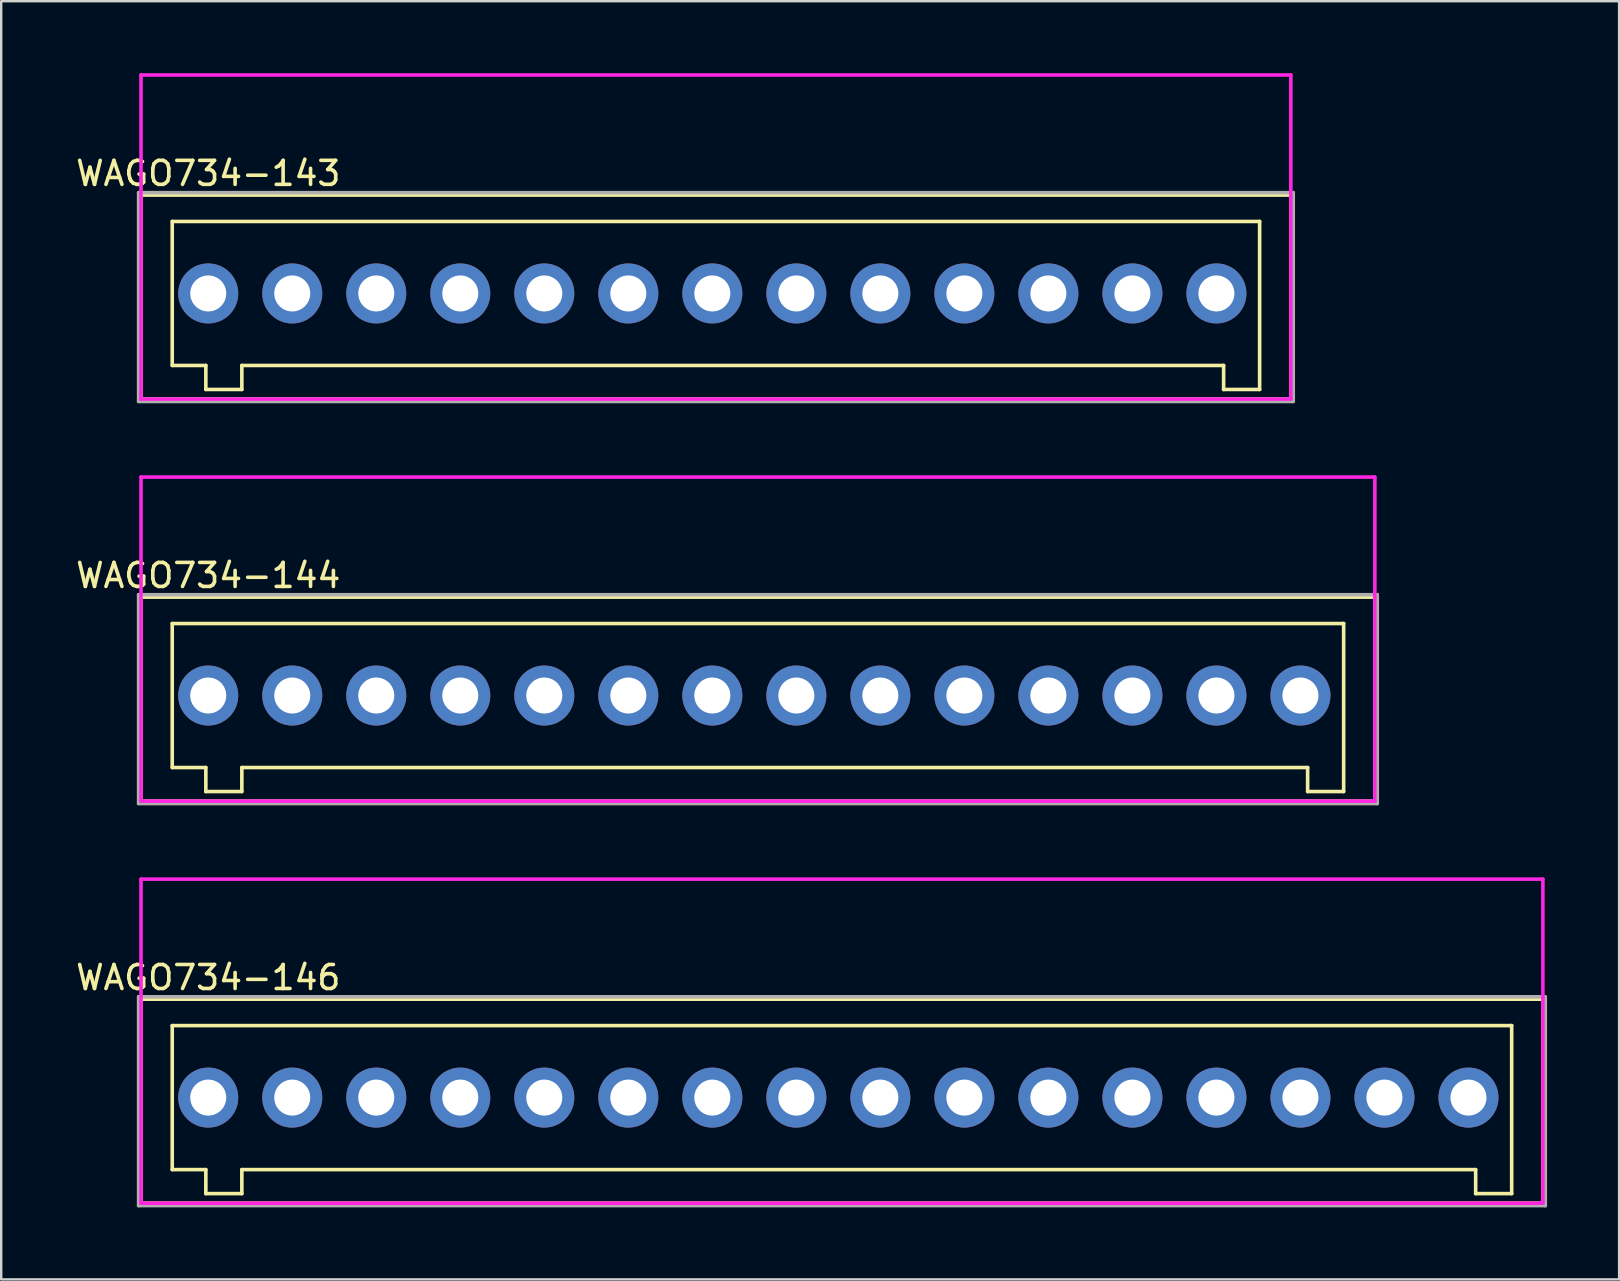
<source format=kicad_pcb>
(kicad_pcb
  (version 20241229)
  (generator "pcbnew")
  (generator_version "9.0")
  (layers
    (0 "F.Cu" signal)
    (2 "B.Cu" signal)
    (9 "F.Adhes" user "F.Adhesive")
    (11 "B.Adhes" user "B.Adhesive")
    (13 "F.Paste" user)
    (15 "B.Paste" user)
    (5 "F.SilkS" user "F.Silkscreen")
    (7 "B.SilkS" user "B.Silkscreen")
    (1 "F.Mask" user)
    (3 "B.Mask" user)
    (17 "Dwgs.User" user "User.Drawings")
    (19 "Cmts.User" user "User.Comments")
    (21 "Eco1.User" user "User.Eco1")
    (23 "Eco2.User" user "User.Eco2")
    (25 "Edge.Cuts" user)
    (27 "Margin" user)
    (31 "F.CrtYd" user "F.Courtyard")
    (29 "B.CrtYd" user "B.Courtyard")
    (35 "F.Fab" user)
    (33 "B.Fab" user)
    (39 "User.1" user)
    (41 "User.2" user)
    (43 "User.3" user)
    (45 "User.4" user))
  (footprint "WAGO734-144"
    (layer "F.Cu")
    (at 5.625 25.925)
    (property "Reference" "WAGO734-144" (at 0 -5 0) (layer "F.SilkS") (effects (font (size 1 1) (thickness 0.15))))
    (attr through_hole)
    (fp_line (start -2.8 4.4) (end -2.8 -4.1) (stroke (width 0.15) (type solid)) (layer "F.SilkS"))
    (fp_line (start -1.5 -3) (end -1.5 3) (stroke (width 0.15) (type solid)) (layer "F.SilkS"))
    (fp_line (start -1.5 3) (end -0.1 3) (stroke (width 0.15) (type solid)) (layer "F.SilkS"))
    (fp_line (start -0.1 3) (end -0.1 4) (stroke (width 0.15) (type solid)) (layer "F.SilkS"))
    (fp_line (start -0.1 4) (end 1.4 4) (stroke (width 0.15) (type solid)) (layer "F.SilkS"))
    (fp_line (start 1.4 3) (end 45.8 3) (stroke (width 0.15) (type solid)) (layer "F.SilkS"))
    (fp_line (start 1.4 4) (end 1.4 3) (stroke (width 0.15) (type solid)) (layer "F.SilkS"))
    (fp_line (start 45.8 3) (end 45.8 4) (stroke (width 0.15) (type solid)) (layer "F.SilkS"))
    (fp_line (start 45.8 4) (end 47.3 4) (stroke (width 0.15) (type solid)) (layer "F.SilkS"))
    (fp_line (start 47.3 -3) (end -1.5 -3) (stroke (width 0.15) (type solid)) (layer "F.SilkS"))
    (fp_line (start 47.3 4) (end 47.3 -3) (stroke (width 0.15) (type solid)) (layer "F.SilkS"))
    (fp_line (start 48.6 -4.1) (end -2.8 -4.1) (stroke (width 0.15) (type solid)) (layer "F.SilkS"))
    (fp_line (start 48.6 4.4) (end -2.8 4.4) (stroke (width 0.15) (type solid)) (layer "F.SilkS"))
    (fp_line (start 48.6 4.4) (end 48.6 -4.1) (stroke (width 0.15) (type solid)) (layer "F.SilkS"))
    (fp_line (start -2.8 -9.1) (end -2.8 4.4) (stroke (width 0.15) (type solid)) (layer "F.CrtYd"))
    (fp_line (start -2.8 4.4) (end 48.6 4.4) (stroke (width 0.15) (type solid)) (layer "F.CrtYd"))
    (fp_line (start 48.6 -9.1) (end -2.8 -9.1) (stroke (width 0.15) (type solid)) (layer "F.CrtYd"))
    (fp_line (start 48.6 4.4) (end 48.6 -9.1) (stroke (width 0.15) (type solid)) (layer "F.CrtYd"))
    (fp_line (start -2.9 -4.2) (end -2.9 4.5) (stroke (width 0.15) (type solid)) (layer "F.Fab"))
    (fp_line (start -2.9 4.5) (end 48.7 4.5) (stroke (width 0.15) (type solid)) (layer "F.Fab"))
    (fp_line (start 48.7 -4.2) (end -2.9 -4.2) (stroke (width 0.15) (type solid)) (layer "F.Fab"))
    (fp_line (start 48.7 4.5) (end 48.7 -4.2) (stroke (width 0.15) (type solid)) (layer "F.Fab"))
    (pad "1" thru_hole circle (at 0 0) (size 2.5 2.5) (drill 1.5) (layers "*.Cu" "*.Mask"))
    (pad "2" thru_hole circle (at 3.5 0) (size 2.5 2.5) (drill 1.5) (layers "*.Cu" "*.Mask"))
    (pad "3" thru_hole circle (at 7 0) (size 2.5 2.5) (drill 1.5) (layers "*.Cu" "*.Mask"))
    (pad "4" thru_hole circle (at 10.5 0) (size 2.5 2.5) (drill 1.5) (layers "*.Cu" "*.Mask"))
    (pad "5" thru_hole circle (at 14 0) (size 2.5 2.5) (drill 1.5) (layers "*.Cu" "*.Mask"))
    (pad "6" thru_hole circle (at 17.5 0) (size 2.5 2.5) (drill 1.5) (layers "*.Cu" "*.Mask"))
    (pad "7" thru_hole circle (at 21 0) (size 2.5 2.5) (drill 1.5) (layers "*.Cu" "*.Mask"))
    (pad "8" thru_hole circle (at 24.5 0) (size 2.5 2.5) (drill 1.5) (layers "*.Cu" "*.Mask"))
    (pad "9" thru_hole circle (at 28 0) (size 2.5 2.5) (drill 1.5) (layers "*.Cu" "*.Mask"))
    (pad "10" thru_hole circle (at 31.5 0) (size 2.5 2.5) (drill 1.5) (layers "*.Cu" "*.Mask"))
    (pad "11" thru_hole circle (at 35 0) (size 2.5 2.5) (drill 1.5) (layers "*.Cu" "*.Mask"))
    (pad "12" thru_hole circle (at 38.5 0) (size 2.5 2.5) (drill 1.5) (layers "*.Cu" "*.Mask"))
    (pad "13" thru_hole circle (at 42 0) (size 2.5 2.5) (drill 1.5) (layers "*.Cu" "*.Mask"))
    (pad "14" thru_hole circle (at 45.5 0) (size 2.5 2.5) (drill 1.5) (layers "*.Cu" "*.Mask")))
  (footprint "WAGO734-143"
    (layer "F.Cu")
    (at 5.625 9.175)
    (property "Reference" "WAGO734-143" (at 0 -5 0) (layer "F.SilkS") (effects (font (size 1 1) (thickness 0.15))))
    (attr through_hole)
    (fp_line (start -2.8 4.4) (end -2.8 -4.1) (stroke (width 0.15) (type solid)) (layer "F.SilkS"))
    (fp_line (start -1.5 -3) (end -1.5 3) (stroke (width 0.15) (type solid)) (layer "F.SilkS"))
    (fp_line (start -1.5 3) (end -0.1 3) (stroke (width 0.15) (type solid)) (layer "F.SilkS"))
    (fp_line (start -0.1 3) (end -0.1 4) (stroke (width 0.15) (type solid)) (layer "F.SilkS"))
    (fp_line (start -0.1 4) (end 1.4 4) (stroke (width 0.15) (type solid)) (layer "F.SilkS"))
    (fp_line (start 1.4 3) (end 42.3 3) (stroke (width 0.15) (type solid)) (layer "F.SilkS"))
    (fp_line (start 1.4 4) (end 1.4 3) (stroke (width 0.15) (type solid)) (layer "F.SilkS"))
    (fp_line (start 42.3 3) (end 42.3 4) (stroke (width 0.15) (type solid)) (layer "F.SilkS"))
    (fp_line (start 42.3 4) (end 43.8 4) (stroke (width 0.15) (type solid)) (layer "F.SilkS"))
    (fp_line (start 43.8 -3) (end -1.5 -3) (stroke (width 0.15) (type solid)) (layer "F.SilkS"))
    (fp_line (start 43.8 4) (end 43.8 -3) (stroke (width 0.15) (type solid)) (layer "F.SilkS"))
    (fp_line (start 45.1 -4.1) (end -2.8 -4.1) (stroke (width 0.15) (type solid)) (layer "F.SilkS"))
    (fp_line (start 45.1 4.4) (end -2.8 4.4) (stroke (width 0.15) (type solid)) (layer "F.SilkS"))
    (fp_line (start 45.1 4.4) (end 45.1 -4.1) (stroke (width 0.15) (type solid)) (layer "F.SilkS"))
    (fp_line (start -2.8 -9.1) (end -2.8 4.4) (stroke (width 0.15) (type solid)) (layer "F.CrtYd"))
    (fp_line (start -2.8 4.4) (end 45.1 4.4) (stroke (width 0.15) (type solid)) (layer "F.CrtYd"))
    (fp_line (start 45.1 -9.1) (end -2.8 -9.1) (stroke (width 0.15) (type solid)) (layer "F.CrtYd"))
    (fp_line (start 45.1 4.4) (end 45.1 -9.1) (stroke (width 0.15) (type solid)) (layer "F.CrtYd"))
    (fp_line (start -2.9 -4.2) (end 45.2 -4.2) (stroke (width 0.15) (type solid)) (layer "F.Fab"))
    (fp_line (start -2.9 4.5) (end -2.9 -4.2) (stroke (width 0.15) (type solid)) (layer "F.Fab"))
    (fp_line (start 45.2 -4.2) (end 45.2 4.5) (stroke (width 0.15) (type solid)) (layer "F.Fab"))
    (fp_line (start 45.2 4.5) (end -2.9 4.5) (stroke (width 0.15) (type solid)) (layer "F.Fab"))
    (pad "1" thru_hole circle (at 0 0) (size 2.5 2.5) (drill 1.5) (layers "*.Cu" "*.Mask"))
    (pad "2" thru_hole circle (at 3.5 0) (size 2.5 2.5) (drill 1.5) (layers "*.Cu" "*.Mask"))
    (pad "3" thru_hole circle (at 7 0) (size 2.5 2.5) (drill 1.5) (layers "*.Cu" "*.Mask"))
    (pad "4" thru_hole circle (at 10.5 0) (size 2.5 2.5) (drill 1.5) (layers "*.Cu" "*.Mask"))
    (pad "5" thru_hole circle (at 14 0) (size 2.5 2.5) (drill 1.5) (layers "*.Cu" "*.Mask"))
    (pad "6" thru_hole circle (at 17.5 0) (size 2.5 2.5) (drill 1.5) (layers "*.Cu" "*.Mask"))
    (pad "7" thru_hole circle (at 21 0) (size 2.5 2.5) (drill 1.5) (layers "*.Cu" "*.Mask"))
    (pad "8" thru_hole circle (at 24.5 0) (size 2.5 2.5) (drill 1.5) (layers "*.Cu" "*.Mask"))
    (pad "9" thru_hole circle (at 28 0) (size 2.5 2.5) (drill 1.5) (layers "*.Cu" "*.Mask"))
    (pad "10" thru_hole circle (at 31.5 0) (size 2.5 2.5) (drill 1.5) (layers "*.Cu" "*.Mask"))
    (pad "11" thru_hole circle (at 35 0) (size 2.5 2.5) (drill 1.5) (layers "*.Cu" "*.Mask"))
    (pad "12" thru_hole circle (at 38.5 0) (size 2.5 2.5) (drill 1.5) (layers "*.Cu" "*.Mask"))
    (pad "13" thru_hole circle (at 42 0) (size 2.5 2.5) (drill 1.5) (layers "*.Cu" "*.Mask")))
  (footprint "WAGO734-146"
    (layer "F.Cu")
    (at 5.625 42.675)
    (property "Reference" "WAGO734-146" (at 0 -5 0) (layer "F.SilkS") (effects (font (size 1 1) (thickness 0.15))))
    (attr through_hole)
    (fp_line (start -2.8 4.4) (end -2.8 -4.1) (stroke (width 0.15) (type solid)) (layer "F.SilkS"))
    (fp_line (start -1.5 -3) (end -1.5 3) (stroke (width 0.15) (type solid)) (layer "F.SilkS"))
    (fp_line (start -1.5 3) (end -0.1 3) (stroke (width 0.15) (type solid)) (layer "F.SilkS"))
    (fp_line (start -0.1 3) (end -0.1 4) (stroke (width 0.15) (type solid)) (layer "F.SilkS"))
    (fp_line (start -0.1 4) (end 1.4 4) (stroke (width 0.15) (type solid)) (layer "F.SilkS"))
    (fp_line (start 1.4 3) (end 52.8 3) (stroke (width 0.15) (type solid)) (layer "F.SilkS"))
    (fp_line (start 1.4 4) (end 1.4 3) (stroke (width 0.15) (type solid)) (layer "F.SilkS"))
    (fp_line (start 52.8 3) (end 52.8 4) (stroke (width 0.15) (type solid)) (layer "F.SilkS"))
    (fp_line (start 52.8 4) (end 54.3 4) (stroke (width 0.15) (type solid)) (layer "F.SilkS"))
    (fp_line (start 54.3 -3) (end -1.5 -3) (stroke (width 0.15) (type solid)) (layer "F.SilkS"))
    (fp_line (start 54.3 4) (end 54.3 -3) (stroke (width 0.15) (type solid)) (layer "F.SilkS"))
    (fp_line (start 55.6 -4.1) (end -2.8 -4.1) (stroke (width 0.15) (type solid)) (layer "F.SilkS"))
    (fp_line (start 55.6 4.4) (end -2.8 4.4) (stroke (width 0.15) (type solid)) (layer "F.SilkS"))
    (fp_line (start 55.6 4.4) (end 55.6 -4.1) (stroke (width 0.15) (type solid)) (layer "F.SilkS"))
    (fp_line (start -2.8 -9.1) (end -2.8 4.4) (stroke (width 0.15) (type solid)) (layer "F.CrtYd"))
    (fp_line (start -2.8 4.4) (end 55.6 4.4) (stroke (width 0.15) (type solid)) (layer "F.CrtYd"))
    (fp_line (start 55.6 -9.1) (end -2.8 -9.1) (stroke (width 0.15) (type solid)) (layer "F.CrtYd"))
    (fp_line (start 55.6 4.4) (end 55.6 -9.1) (stroke (width 0.15) (type solid)) (layer "F.CrtYd"))
    (fp_line (start -2.9 -4.2) (end -2.9 4.5) (stroke (width 0.15) (type solid)) (layer "F.Fab"))
    (fp_line (start -2.9 4.5) (end 55.7 4.5) (stroke (width 0.15) (type solid)) (layer "F.Fab"))
    (fp_line (start 55.7 -4.2) (end -2.9 -4.2) (stroke (width 0.15) (type solid)) (layer "F.Fab"))
    (fp_line (start 55.7 4.5) (end 55.7 -4.2) (stroke (width 0.15) (type solid)) (layer "F.Fab"))
    (pad "1" thru_hole circle (at 0 0) (size 2.5 2.5) (drill 1.5) (layers "*.Cu" "*.Mask"))
    (pad "2" thru_hole circle (at 3.5 0) (size 2.5 2.5) (drill 1.5) (layers "*.Cu" "*.Mask"))
    (pad "3" thru_hole circle (at 7 0) (size 2.5 2.5) (drill 1.5) (layers "*.Cu" "*.Mask"))
    (pad "4" thru_hole circle (at 10.5 0) (size 2.5 2.5) (drill 1.5) (layers "*.Cu" "*.Mask"))
    (pad "5" thru_hole circle (at 14 0) (size 2.5 2.5) (drill 1.5) (layers "*.Cu" "*.Mask"))
    (pad "6" thru_hole circle (at 17.5 0) (size 2.5 2.5) (drill 1.5) (layers "*.Cu" "*.Mask"))
    (pad "7" thru_hole circle (at 21 0) (size 2.5 2.5) (drill 1.5) (layers "*.Cu" "*.Mask"))
    (pad "8" thru_hole circle (at 24.5 0) (size 2.5 2.5) (drill 1.5) (layers "*.Cu" "*.Mask"))
    (pad "9" thru_hole circle (at 28 0) (size 2.5 2.5) (drill 1.5) (layers "*.Cu" "*.Mask"))
    (pad "10" thru_hole circle (at 31.5 0) (size 2.5 2.5) (drill 1.5) (layers "*.Cu" "*.Mask"))
    (pad "11" thru_hole circle (at 35 0) (size 2.5 2.5) (drill 1.5) (layers "*.Cu" "*.Mask"))
    (pad "12" thru_hole circle (at 38.5 0) (size 2.5 2.5) (drill 1.5) (layers "*.Cu" "*.Mask"))
    (pad "13" thru_hole circle (at 42 0) (size 2.5 2.5) (drill 1.5) (layers "*.Cu" "*.Mask"))
    (pad "14" thru_hole circle (at 45.5 0) (size 2.5 2.5) (drill 1.5) (layers "*.Cu" "*.Mask"))
    (pad "15" thru_hole circle (at 49 0) (size 2.5 2.5) (drill 1.5) (layers "*.Cu" "*.Mask"))
    (pad "16" thru_hole circle (at 52.5 0) (size 2.5 2.5) (drill 1.5) (layers "*.Cu" "*.Mask")))
  (gr_rect
    (start -3 -3)
    (end 64.4 50.25)
    (stroke (width 0.1) (type default))
    (fill no)
    (layer "Edge.Cuts")))
</source>
